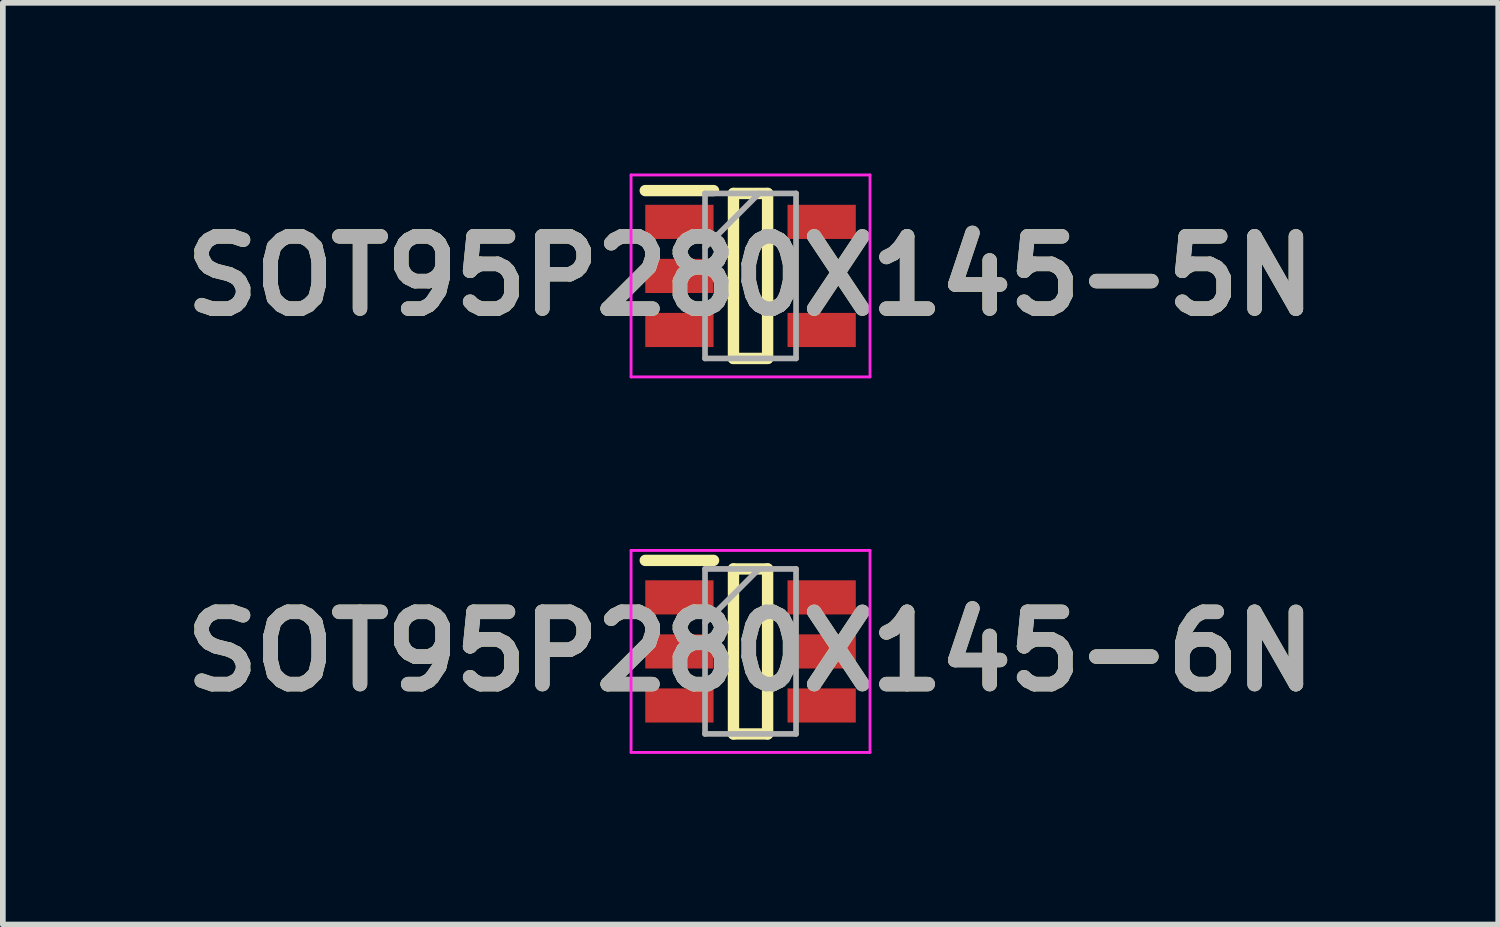
<source format=kicad_pcb>
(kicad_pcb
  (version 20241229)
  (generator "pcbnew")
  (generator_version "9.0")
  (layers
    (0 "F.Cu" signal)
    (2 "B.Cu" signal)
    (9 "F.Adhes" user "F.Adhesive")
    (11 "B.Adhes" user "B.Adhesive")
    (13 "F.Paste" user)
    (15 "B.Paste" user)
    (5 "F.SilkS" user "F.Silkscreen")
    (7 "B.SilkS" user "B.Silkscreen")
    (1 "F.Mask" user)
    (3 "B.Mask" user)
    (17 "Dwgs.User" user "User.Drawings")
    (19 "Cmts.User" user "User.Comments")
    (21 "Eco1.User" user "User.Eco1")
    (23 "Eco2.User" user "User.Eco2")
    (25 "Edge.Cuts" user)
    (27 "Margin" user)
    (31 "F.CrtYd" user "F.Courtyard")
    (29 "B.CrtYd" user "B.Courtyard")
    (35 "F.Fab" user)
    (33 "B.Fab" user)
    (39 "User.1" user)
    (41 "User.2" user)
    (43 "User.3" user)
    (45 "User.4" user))
  (footprint "SOT95P280X145-6N"
    (layer "F.Cu")
    (at 10.142 8.4)
    (property "Reference" "SOT95P280X145-6N" (at 0 0 0) (layer "F.SilkS") (effects (font (size 1.27 1.27) (thickness 0.254))))
    (attr smd)
    (fp_line (start -1.85 -1.6) (end -0.65 -1.6) (stroke (width 0.2) (type solid)) (layer "F.SilkS"))
    (fp_line (start -0.3 -1.45) (end 0.3 -1.45) (stroke (width 0.2) (type solid)) (layer "F.SilkS"))
    (fp_line (start -0.3 1.45) (end -0.3 -1.45) (stroke (width 0.2) (type solid)) (layer "F.SilkS"))
    (fp_line (start 0.3 -1.45) (end 0.3 1.45) (stroke (width 0.2) (type solid)) (layer "F.SilkS"))
    (fp_line (start 0.3 1.45) (end -0.3 1.45) (stroke (width 0.2) (type solid)) (layer "F.SilkS"))
    (fp_line (start -2.1 -1.775) (end 2.1 -1.775) (stroke (width 0.05) (type solid)) (layer "F.CrtYd"))
    (fp_line (start -2.1 1.775) (end -2.1 -1.775) (stroke (width 0.05) (type solid)) (layer "F.CrtYd"))
    (fp_line (start 2.1 -1.775) (end 2.1 1.775) (stroke (width 0.05) (type solid)) (layer "F.CrtYd"))
    (fp_line (start 2.1 1.775) (end -2.1 1.775) (stroke (width 0.05) (type solid)) (layer "F.CrtYd"))
    (fp_line (start -0.8 -1.45) (end 0.8 -1.45) (stroke (width 0.1) (type solid)) (layer "F.Fab"))
    (fp_line (start -0.8 -0.5) (end 0.15 -1.45) (stroke (width 0.1) (type solid)) (layer "F.Fab"))
    (fp_line (start -0.8 1.45) (end -0.8 -1.45) (stroke (width 0.1) (type solid)) (layer "F.Fab"))
    (fp_line (start 0.8 -1.45) (end 0.8 1.45) (stroke (width 0.1) (type solid)) (layer "F.Fab"))
    (fp_line (start 0.8 1.45) (end -0.8 1.45) (stroke (width 0.1) (type solid)) (layer "F.Fab"))
    (fp_text user "${REFERENCE}" (at 0 0 0) (layer "F.Fab") (effects (font (size 1.27 1.27) (thickness 0.254))))
    (pad "1" smd rect (at -1.25 -0.95 90) (size 0.6 1.2) (layers "F.Cu" "F.Mask" "F.Paste"))
    (pad "2" smd rect (at -1.25 0 90) (size 0.6 1.2) (layers "F.Cu" "F.Mask" "F.Paste"))
    (pad "3" smd rect (at -1.25 0.95 90) (size 0.6 1.2) (layers "F.Cu" "F.Mask" "F.Paste"))
    (pad "4" smd rect (at 1.25 0.95 90) (size 0.6 1.2) (layers "F.Cu" "F.Mask" "F.Paste"))
    (pad "5" smd rect (at 1.25 0 90) (size 0.6 1.2) (layers "F.Cu" "F.Mask" "F.Paste"))
    (pad "6" smd rect (at 1.25 -0.95 90) (size 0.6 1.2) (layers "F.Cu" "F.Mask" "F.Paste")))
  (footprint "SOT95P280X145-5N"
    (layer "F.Cu")
    (at 10.142 1.8)
    (property "Reference" "SOT95P280X145-5N" (at 0 0 0) (layer "F.SilkS") (effects (font (size 1.27 1.27) (thickness 0.254))))
    (attr smd)
    (fp_line (start -1.85 -1.5) (end -0.65 -1.5) (stroke (width 0.2) (type solid)) (layer "F.SilkS"))
    (fp_line (start -0.3 -1.45) (end 0.3 -1.45) (stroke (width 0.2) (type solid)) (layer "F.SilkS"))
    (fp_line (start -0.3 1.45) (end -0.3 -1.45) (stroke (width 0.2) (type solid)) (layer "F.SilkS"))
    (fp_line (start 0.3 -1.45) (end 0.3 1.45) (stroke (width 0.2) (type solid)) (layer "F.SilkS"))
    (fp_line (start 0.3 1.45) (end -0.3 1.45) (stroke (width 0.2) (type solid)) (layer "F.SilkS"))
    (fp_line (start -2.1 -1.775) (end 2.1 -1.775) (stroke (width 0.05) (type solid)) (layer "F.CrtYd"))
    (fp_line (start -2.1 1.775) (end -2.1 -1.775) (stroke (width 0.05) (type solid)) (layer "F.CrtYd"))
    (fp_line (start 2.1 -1.775) (end 2.1 1.775) (stroke (width 0.05) (type solid)) (layer "F.CrtYd"))
    (fp_line (start 2.1 1.775) (end -2.1 1.775) (stroke (width 0.05) (type solid)) (layer "F.CrtYd"))
    (fp_line (start -0.8 -1.45) (end 0.8 -1.45) (stroke (width 0.1) (type solid)) (layer "F.Fab"))
    (fp_line (start -0.8 -0.5) (end 0.15 -1.45) (stroke (width 0.1) (type solid)) (layer "F.Fab"))
    (fp_line (start -0.8 1.45) (end -0.8 -1.45) (stroke (width 0.1) (type solid)) (layer "F.Fab"))
    (fp_line (start 0.8 -1.45) (end 0.8 1.45) (stroke (width 0.1) (type solid)) (layer "F.Fab"))
    (fp_line (start 0.8 1.45) (end -0.8 1.45) (stroke (width 0.1) (type solid)) (layer "F.Fab"))
    (fp_text user "${REFERENCE}" (at 0 0 0) (layer "F.Fab") (effects (font (size 1.27 1.27) (thickness 0.254))))
    (pad "1" smd rect (at -1.25 -0.95 90) (size 0.6 1.2) (layers "F.Cu" "F.Mask" "F.Paste"))
    (pad "2" smd rect (at -1.25 0 90) (size 0.6 1.2) (layers "F.Cu" "F.Mask" "F.Paste"))
    (pad "3" smd rect (at -1.25 0.95 90) (size 0.6 1.2) (layers "F.Cu" "F.Mask" "F.Paste"))
    (pad "4" smd rect (at 1.25 0.95 90) (size 0.6 1.2) (layers "F.Cu" "F.Mask" "F.Paste"))
    (pad "5" smd rect (at 1.25 -0.95 90) (size 0.6 1.2) (layers "F.Cu" "F.Mask" "F.Paste")))
  (gr_rect
    (start -3 -3)
    (end 23.284 13.2)
    (stroke (width 0.1) (type default))
    (fill no)
    (layer "Edge.Cuts")))
</source>
